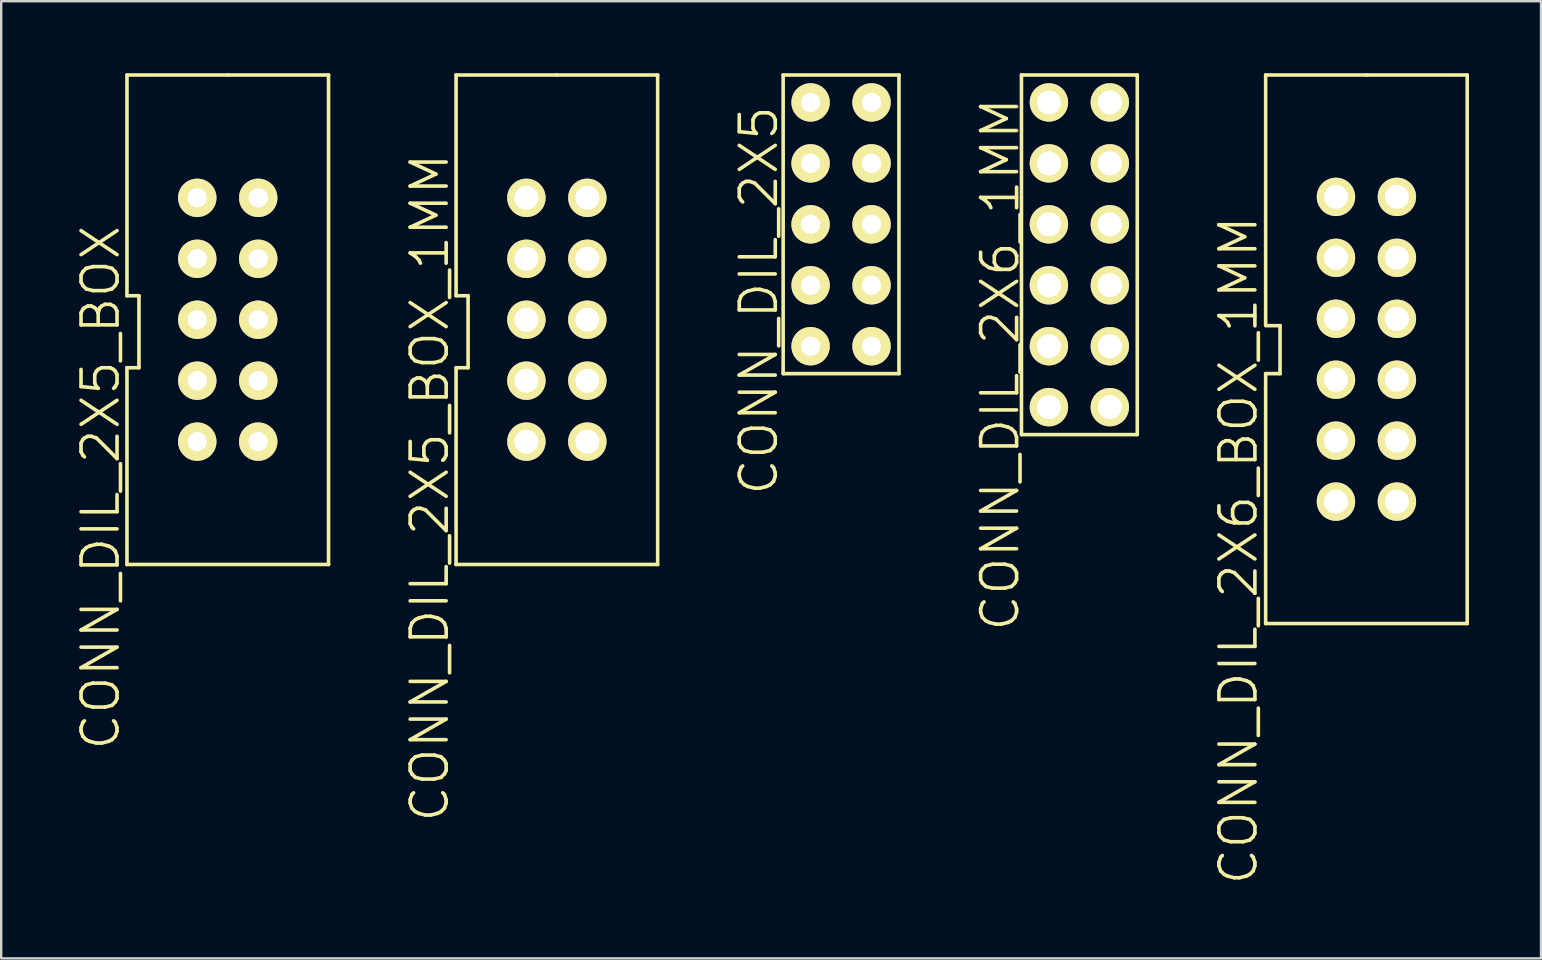
<source format=kicad_pcb>
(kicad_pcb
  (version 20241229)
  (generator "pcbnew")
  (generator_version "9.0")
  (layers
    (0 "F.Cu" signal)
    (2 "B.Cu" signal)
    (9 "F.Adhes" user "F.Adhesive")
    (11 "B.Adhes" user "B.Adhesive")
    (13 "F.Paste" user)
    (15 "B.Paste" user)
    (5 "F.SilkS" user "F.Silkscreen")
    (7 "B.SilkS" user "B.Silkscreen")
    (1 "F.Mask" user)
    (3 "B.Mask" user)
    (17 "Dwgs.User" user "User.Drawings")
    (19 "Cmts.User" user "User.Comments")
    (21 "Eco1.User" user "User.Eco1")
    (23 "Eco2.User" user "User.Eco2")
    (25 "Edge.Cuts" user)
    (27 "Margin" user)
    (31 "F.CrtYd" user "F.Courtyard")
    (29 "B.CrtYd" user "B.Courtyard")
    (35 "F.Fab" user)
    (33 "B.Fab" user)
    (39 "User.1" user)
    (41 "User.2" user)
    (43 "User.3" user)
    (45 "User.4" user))
  (footprint "CONN_DIL_2X5"
    (layer "F.Cu")
    (at 32.001 6.298)
    (property "Reference" "CONN_DIL_2X5" (at -3.429 3.175 90) (layer "F.SilkS") (effects (font (size 1.5 1.5) (thickness 0.15))))
    (attr through_hole)
    (fp_line (start -2.413 -6.223) (end 2.413 -6.223) (stroke (width 0.15) (type solid)) (layer "F.SilkS"))
    (fp_line (start -2.413 6.223) (end -2.413 -6.223) (stroke (width 0.15) (type solid)) (layer "F.SilkS"))
    (fp_line (start 2.413 -6.223) (end 2.413 6.223) (stroke (width 0.15) (type solid)) (layer "F.SilkS"))
    (fp_line (start 2.413 6.223) (end -2.413 6.223) (stroke (width 0.15) (type solid)) (layer "F.SilkS"))
    (pad "1" thru_hole circle (at -1.27 -5.08) (size 1.6 1.6) (drill 0.8) (layers "*.Cu" "*.Mask" "F.SilkS"))
    (pad "2" thru_hole circle (at 1.27 -5.08) (size 1.6 1.6) (drill 0.8) (layers "*.Cu" "*.Mask" "F.SilkS"))
    (pad "3" thru_hole circle (at -1.27 -2.54) (size 1.6 1.6) (drill 0.8) (layers "*.Cu" "*.Mask" "F.SilkS"))
    (pad "4" thru_hole circle (at 1.27 -2.54) (size 1.6 1.6) (drill 0.8) (layers "*.Cu" "*.Mask" "F.SilkS"))
    (pad "5" thru_hole circle (at -1.27 0) (size 1.6 1.6) (drill 0.8) (layers "*.Cu" "*.Mask" "F.SilkS"))
    (pad "6" thru_hole circle (at 1.27 0) (size 1.6 1.6) (drill 0.8) (layers "*.Cu" "*.Mask" "F.SilkS"))
    (pad "7" thru_hole circle (at -1.27 2.54) (size 1.6 1.6) (drill 0.8) (layers "*.Cu" "*.Mask" "F.SilkS"))
    (pad "8" thru_hole circle (at 1.27 2.54) (size 1.6 1.6) (drill 0.8) (layers "*.Cu" "*.Mask" "F.SilkS"))
    (pad "9" thru_hole circle (at -1.27 5.08) (size 1.6 1.6) (drill 0.8) (layers "*.Cu" "*.Mask" "F.SilkS"))
    (pad "10" thru_hole circle (at 1.27 5.08) (size 1.6 1.6) (drill 0.8) (layers "*.Cu" "*.Mask" "F.SilkS")))
  (footprint "CONN_DIL_2X6_1MM"
    (layer "F.Cu")
    (at 41.932 7.568)
    (property "Reference" "CONN_DIL_2X6_1MM" (at -3.302 4.572 90) (layer "F.SilkS") (effects (font (size 1.5 1.5) (thickness 0.15))))
    (attr through_hole)
    (fp_line (start -2.413 -7.493) (end 2.413 -7.493) (stroke (width 0.15) (type solid)) (layer "F.SilkS"))
    (fp_line (start -2.413 7.493) (end -2.413 -7.493) (stroke (width 0.15) (type solid)) (layer "F.SilkS"))
    (fp_line (start 2.413 -7.493) (end 2.413 7.493) (stroke (width 0.15) (type solid)) (layer "F.SilkS"))
    (fp_line (start 2.413 7.493) (end -2.413 7.493) (stroke (width 0.15) (type solid)) (layer "F.SilkS"))
    (pad "1" thru_hole circle (at -1.27 -6.35) (size 1.6 1.6) (drill 1) (layers "*.Cu" "*.Mask" "F.SilkS"))
    (pad "2" thru_hole circle (at 1.27 -6.35) (size 1.6 1.6) (drill 1) (layers "*.Cu" "*.Mask" "F.SilkS"))
    (pad "3" thru_hole circle (at -1.27 -3.81) (size 1.6 1.6) (drill 1) (layers "*.Cu" "*.Mask" "F.SilkS"))
    (pad "4" thru_hole circle (at 1.27 -3.81) (size 1.6 1.6) (drill 1) (layers "*.Cu" "*.Mask" "F.SilkS"))
    (pad "5" thru_hole circle (at -1.27 -1.27) (size 1.6 1.6) (drill 1) (layers "*.Cu" "*.Mask" "F.SilkS"))
    (pad "6" thru_hole circle (at 1.27 -1.27) (size 1.6 1.6) (drill 1) (layers "*.Cu" "*.Mask" "F.SilkS"))
    (pad "7" thru_hole circle (at -1.27 1.27) (size 1.6 1.6) (drill 1) (layers "*.Cu" "*.Mask" "F.SilkS"))
    (pad "8" thru_hole circle (at 1.27 1.27) (size 1.6 1.6) (drill 1) (layers "*.Cu" "*.Mask" "F.SilkS"))
    (pad "9" thru_hole circle (at -1.27 3.81) (size 1.6 1.6) (drill 1) (layers "*.Cu" "*.Mask" "F.SilkS"))
    (pad "10" thru_hole circle (at 1.27 3.81) (size 1.6 1.6) (drill 1) (layers "*.Cu" "*.Mask" "F.SilkS"))
    (pad "11" thru_hole circle (at -1.27 6.35) (size 1.6 1.6) (drill 1) (layers "*.Cu" "*.Mask" "F.SilkS"))
    (pad "12" thru_hole circle (at 1.27 6.35) (size 1.6 1.6) (drill 1) (layers "*.Cu" "*.Mask" "F.SilkS")))
  (footprint "CONN_DIL_2X5_BOX_1MM"
    (layer "F.Cu")
    (at 20.157 10.275)
    (property "Reference" "CONN_DIL_2X5_BOX_1MM" (at -5.3 7 90) (layer "F.SilkS") (effects (font (size 1.5 1.5) (thickness 0.15))))
    (attr through_hole)
    (fp_line (start -4.2 -10.2) (end -4.2 -1) (stroke (width 0.15) (type solid)) (layer "F.SilkS"))
    (fp_line (start -4.2 -1) (end -3.7 -1) (stroke (width 0.15) (type solid)) (layer "F.SilkS"))
    (fp_line (start -4.2 2) (end -4.2 10.2) (stroke (width 0.15) (type solid)) (layer "F.SilkS"))
    (fp_line (start -4.2 10.2) (end 4.2 10.2) (stroke (width 0.15) (type solid)) (layer "F.SilkS"))
    (fp_line (start -3.7 -1) (end -3.7 2) (stroke (width 0.15) (type solid)) (layer "F.SilkS"))
    (fp_line (start -3.7 2) (end -4.2 2) (stroke (width 0.15) (type solid)) (layer "F.SilkS"))
    (fp_line (start 0 -10.2) (end -4.2 -10.2) (stroke (width 0.15) (type solid)) (layer "F.SilkS"))
    (fp_line (start 4.2 -10.2) (end 0 -10.2) (stroke (width 0.15) (type solid)) (layer "F.SilkS"))
    (fp_line (start 4.2 10.2) (end 4.2 -10.2) (stroke (width 0.15) (type solid)) (layer "F.SilkS"))
    (pad "1" thru_hole circle (at -1.27 -5.08) (size 1.6 1.6) (drill 1) (layers "*.Cu" "*.Mask" "F.SilkS"))
    (pad "2" thru_hole circle (at 1.27 -5.08) (size 1.6 1.6) (drill 1) (layers "*.Cu" "*.Mask" "F.SilkS"))
    (pad "3" thru_hole circle (at -1.27 -2.54) (size 1.6 1.6) (drill 1) (layers "*.Cu" "*.Mask" "F.SilkS"))
    (pad "4" thru_hole circle (at 1.27 -2.54) (size 1.6 1.6) (drill 1) (layers "*.Cu" "*.Mask" "F.SilkS"))
    (pad "5" thru_hole circle (at -1.27 0) (size 1.6 1.6) (drill 1) (layers "*.Cu" "*.Mask" "F.SilkS"))
    (pad "6" thru_hole circle (at 1.27 0) (size 1.6 1.6) (drill 1) (layers "*.Cu" "*.Mask" "F.SilkS"))
    (pad "7" thru_hole circle (at -1.27 2.54) (size 1.6 1.6) (drill 1) (layers "*.Cu" "*.Mask" "F.SilkS"))
    (pad "8" thru_hole circle (at 1.27 2.54) (size 1.6 1.6) (drill 1) (layers "*.Cu" "*.Mask" "F.SilkS"))
    (pad "9" thru_hole circle (at -1.27 5.08) (size 1.6 1.6) (drill 1) (layers "*.Cu" "*.Mask" "F.SilkS"))
    (pad "10" thru_hole circle (at 1.27 5.08) (size 1.6 1.6) (drill 1) (layers "*.Cu" "*.Mask" "F.SilkS")))
  (footprint "CONN_DIL_2X6_BOX_1MM"
    (layer "F.Cu")
    (at 53.895 11.505)
    (property "Reference" "CONN_DIL_2X6_BOX_1MM" (at -5.334 8.382 90) (layer "F.SilkS") (effects (font (size 1.5 1.5) (thickness 0.15))))
    (attr through_hole)
    (fp_line (start -4.2 -1.016) (end -4.2 -11.43) (stroke (width 0.15) (type solid)) (layer "F.SilkS"))
    (fp_line (start -4.2 1.016) (end -3.6 1.016) (stroke (width 0.15) (type solid)) (layer "F.SilkS"))
    (fp_line (start -4.2 11.43) (end -4.2 1.016) (stroke (width 0.15) (type solid)) (layer "F.SilkS"))
    (fp_line (start -4.2 11.43) (end 4.2 11.43) (stroke (width 0.15) (type solid)) (layer "F.SilkS"))
    (fp_line (start -3.6 -0.984) (end -4.2 -0.984) (stroke (width 0.15) (type solid)) (layer "F.SilkS"))
    (fp_line (start -3.6 1.016) (end -3.6 -0.984) (stroke (width 0.15) (type solid)) (layer "F.SilkS"))
    (fp_line (start 0 -11.43) (end -4.2 -11.43) (stroke (width 0.15) (type solid)) (layer "F.SilkS"))
    (fp_line (start 4.2 -11.43) (end 0 -11.43) (stroke (width 0.15) (type solid)) (layer "F.SilkS"))
    (fp_line (start 4.2 11.43) (end 4.2 -11.43) (stroke (width 0.15) (type solid)) (layer "F.SilkS"))
    (pad "1" thru_hole circle (at -1.27 -6.35) (size 1.6 1.6) (drill 1) (layers "*.Cu" "*.Mask" "F.SilkS"))
    (pad "2" thru_hole circle (at 1.27 -6.35) (size 1.6 1.6) (drill 1) (layers "*.Cu" "*.Mask" "F.SilkS"))
    (pad "3" thru_hole circle (at -1.27 -3.81) (size 1.6 1.6) (drill 1) (layers "*.Cu" "*.Mask" "F.SilkS"))
    (pad "4" thru_hole circle (at 1.27 -3.81) (size 1.6 1.6) (drill 1) (layers "*.Cu" "*.Mask" "F.SilkS"))
    (pad "5" thru_hole circle (at -1.27 -1.27) (size 1.6 1.6) (drill 1) (layers "*.Cu" "*.Mask" "F.SilkS"))
    (pad "6" thru_hole circle (at 1.27 -1.27) (size 1.6 1.6) (drill 1) (layers "*.Cu" "*.Mask" "F.SilkS"))
    (pad "7" thru_hole circle (at -1.27 1.27) (size 1.6 1.6) (drill 1) (layers "*.Cu" "*.Mask" "F.SilkS"))
    (pad "8" thru_hole circle (at 1.27 1.27) (size 1.6 1.6) (drill 1) (layers "*.Cu" "*.Mask" "F.SilkS"))
    (pad "9" thru_hole circle (at -1.27 3.81) (size 1.6 1.6) (drill 1) (layers "*.Cu" "*.Mask" "F.SilkS"))
    (pad "10" thru_hole circle (at 1.27 3.81) (size 1.6 1.6) (drill 1) (layers "*.Cu" "*.Mask" "F.SilkS"))
    (pad "11" thru_hole circle (at -1.27 6.35) (size 1.6 1.6) (drill 1) (layers "*.Cu" "*.Mask" "F.SilkS"))
    (pad "12" thru_hole circle (at 1.27 6.35) (size 1.6 1.6) (drill 1) (layers "*.Cu" "*.Mask" "F.SilkS")))
  (footprint "CONN_DIL_2X5_BOX"
    (layer "F.Cu")
    (at 6.441 10.275)
    (property "Reference" "CONN_DIL_2X5_BOX" (at -5.3 7 90) (layer "F.SilkS") (effects (font (size 1.5 1.5) (thickness 0.15))))
    (attr through_hole)
    (fp_line (start -4.2 -10.2) (end -4.2 -1) (stroke (width 0.15) (type solid)) (layer "F.SilkS"))
    (fp_line (start -4.2 -1) (end -3.7 -1) (stroke (width 0.15) (type solid)) (layer "F.SilkS"))
    (fp_line (start -4.2 2) (end -4.2 10.2) (stroke (width 0.15) (type solid)) (layer "F.SilkS"))
    (fp_line (start -4.2 10.2) (end 4.2 10.2) (stroke (width 0.15) (type solid)) (layer "F.SilkS"))
    (fp_line (start -3.7 -1) (end -3.7 2) (stroke (width 0.15) (type solid)) (layer "F.SilkS"))
    (fp_line (start -3.7 2) (end -4.2 2) (stroke (width 0.15) (type solid)) (layer "F.SilkS"))
    (fp_line (start 0 -10.2) (end -4.2 -10.2) (stroke (width 0.15) (type solid)) (layer "F.SilkS"))
    (fp_line (start 4.2 -10.2) (end 0 -10.2) (stroke (width 0.15) (type solid)) (layer "F.SilkS"))
    (fp_line (start 4.2 10.2) (end 4.2 -10.2) (stroke (width 0.15) (type solid)) (layer "F.SilkS"))
    (pad "1" thru_hole circle (at -1.27 -5.08) (size 1.6 1.6) (drill 0.8) (layers "*.Cu" "*.Mask" "F.SilkS"))
    (pad "2" thru_hole circle (at 1.27 -5.08) (size 1.6 1.6) (drill 0.8) (layers "*.Cu" "*.Mask" "F.SilkS"))
    (pad "3" thru_hole circle (at -1.27 -2.54) (size 1.6 1.6) (drill 0.8) (layers "*.Cu" "*.Mask" "F.SilkS"))
    (pad "4" thru_hole circle (at 1.27 -2.54) (size 1.6 1.6) (drill 0.8) (layers "*.Cu" "*.Mask" "F.SilkS"))
    (pad "5" thru_hole circle (at -1.27 0) (size 1.6 1.6) (drill 0.8) (layers "*.Cu" "*.Mask" "F.SilkS"))
    (pad "6" thru_hole circle (at 1.27 0) (size 1.6 1.6) (drill 0.8) (layers "*.Cu" "*.Mask" "F.SilkS"))
    (pad "7" thru_hole circle (at -1.27 2.54) (size 1.6 1.6) (drill 0.8) (layers "*.Cu" "*.Mask" "F.SilkS"))
    (pad "8" thru_hole circle (at 1.27 2.54) (size 1.6 1.6) (drill 0.8) (layers "*.Cu" "*.Mask" "F.SilkS"))
    (pad "9" thru_hole circle (at -1.27 5.08) (size 1.6 1.6) (drill 0.8) (layers "*.Cu" "*.Mask" "F.SilkS"))
    (pad "10" thru_hole circle (at 1.27 5.08) (size 1.6 1.6) (drill 0.8) (layers "*.Cu" "*.Mask" "F.SilkS")))
  (gr_rect
    (start -3 -3)
    (end 61.17 36.891)
    (stroke (width 0.1) (type default))
    (fill no)
    (layer "Edge.Cuts")))
</source>
